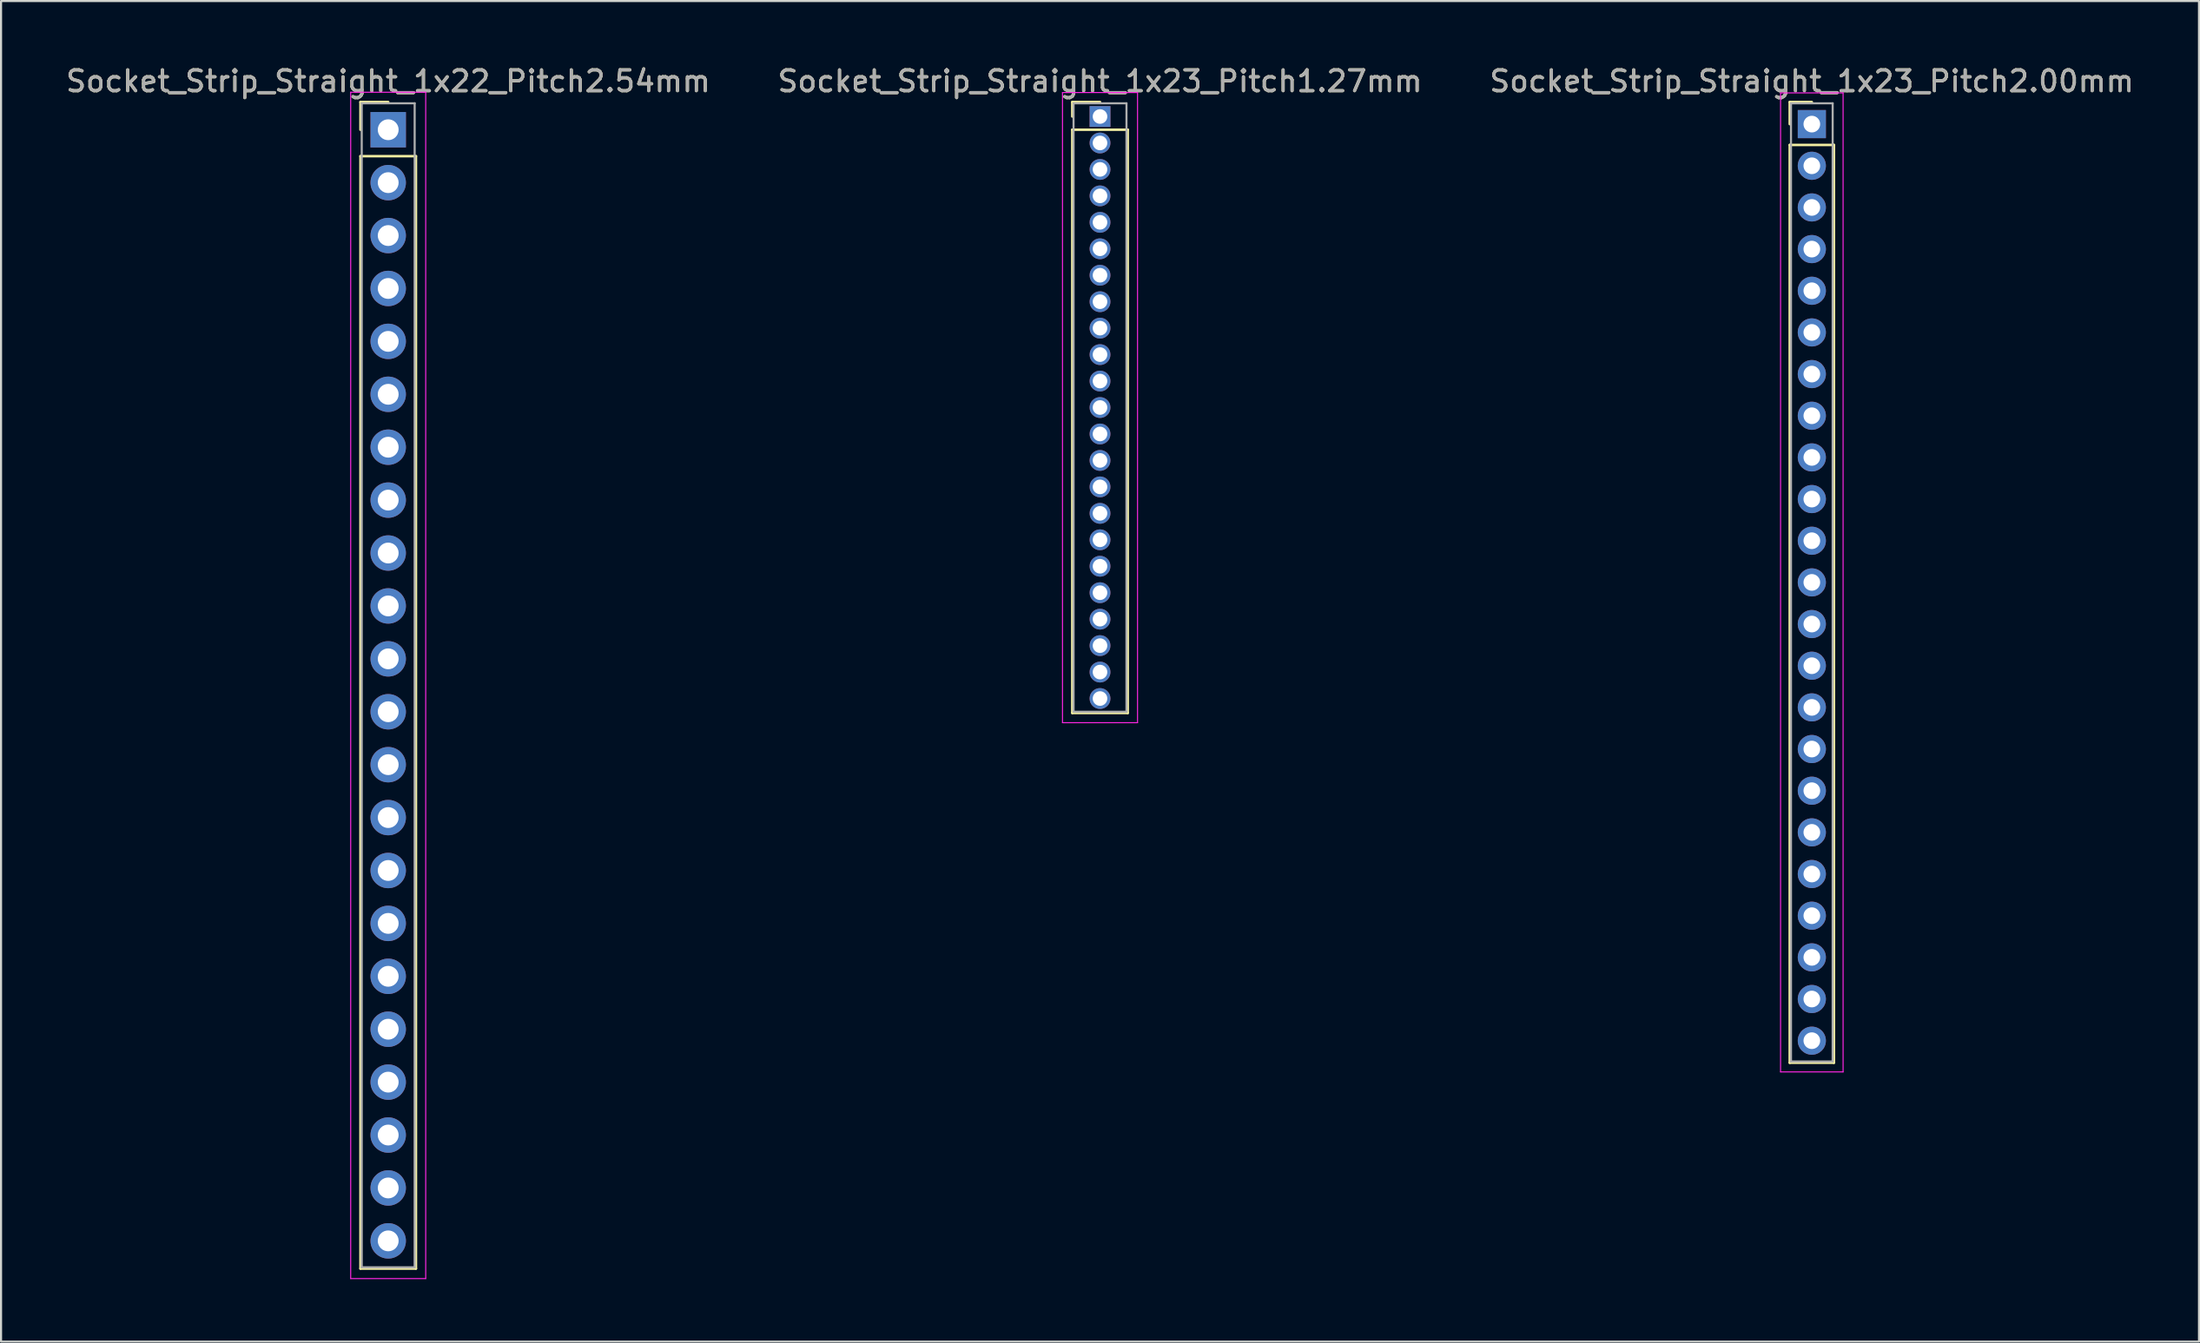
<source format=kicad_pcb>
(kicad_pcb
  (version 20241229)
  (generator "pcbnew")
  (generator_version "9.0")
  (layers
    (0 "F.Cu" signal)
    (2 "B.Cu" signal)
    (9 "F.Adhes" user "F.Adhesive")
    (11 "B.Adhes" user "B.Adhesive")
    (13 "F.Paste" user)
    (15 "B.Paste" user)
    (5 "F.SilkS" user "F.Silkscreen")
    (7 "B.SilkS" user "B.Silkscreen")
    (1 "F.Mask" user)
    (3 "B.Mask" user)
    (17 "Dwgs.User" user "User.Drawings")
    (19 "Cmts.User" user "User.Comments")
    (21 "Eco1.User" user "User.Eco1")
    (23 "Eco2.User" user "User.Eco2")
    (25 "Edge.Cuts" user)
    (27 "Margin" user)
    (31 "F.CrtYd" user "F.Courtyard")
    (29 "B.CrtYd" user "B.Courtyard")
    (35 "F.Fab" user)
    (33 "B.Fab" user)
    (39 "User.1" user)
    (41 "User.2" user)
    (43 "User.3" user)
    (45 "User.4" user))
  (footprint "Socket_Strip_Straight_1x23_Pitch2.00mm"
    (layer "F.Cu")
    (at 83.887 2.908)
    (property "Reference" "Socket_Strip_Straight_1x23_Pitch2.00mm" (at 0 -2.06 0) (layer "F.SilkS") (effects (font (size 1 1) (thickness 0.15))))
    (attr through_hole)
    (fp_line (start -1.06 -1.06) (end 0 -1.06) (stroke (width 0.12) (type solid)) (layer "F.SilkS"))
    (fp_line (start -1.06 0) (end -1.06 -1.06) (stroke (width 0.12) (type solid)) (layer "F.SilkS"))
    (fp_line (start -1.06 1) (end -1.06 45.06) (stroke (width 0.12) (type solid)) (layer "F.SilkS"))
    (fp_line (start -1.06 45.06) (end 1.06 45.06) (stroke (width 0.12) (type solid)) (layer "F.SilkS"))
    (fp_line (start 1.06 1) (end -1.06 1) (stroke (width 0.12) (type solid)) (layer "F.SilkS"))
    (fp_line (start 1.06 45.06) (end 1.06 1) (stroke (width 0.12) (type solid)) (layer "F.SilkS"))
    (fp_line (start -1.5 -1.5) (end -1.5 45.5) (stroke (width 0.05) (type solid)) (layer "F.CrtYd"))
    (fp_line (start -1.5 45.5) (end 1.5 45.5) (stroke (width 0.05) (type solid)) (layer "F.CrtYd"))
    (fp_line (start 1.5 -1.5) (end -1.5 -1.5) (stroke (width 0.05) (type solid)) (layer "F.CrtYd"))
    (fp_line (start 1.5 45.5) (end 1.5 -1.5) (stroke (width 0.05) (type solid)) (layer "F.CrtYd"))
    (fp_line (start -1 -1) (end -1 45) (stroke (width 0.1) (type solid)) (layer "F.Fab"))
    (fp_line (start -1 45) (end 1 45) (stroke (width 0.1) (type solid)) (layer "F.Fab"))
    (fp_line (start 1 -1) (end -1 -1) (stroke (width 0.1) (type solid)) (layer "F.Fab"))
    (fp_line (start 1 45) (end 1 -1) (stroke (width 0.1) (type solid)) (layer "F.Fab"))
    (fp_text user "${REFERENCE}" (at 0 -2.06 0) (layer "F.Fab") (effects (font (size 1 1) (thickness 0.15))))
    (pad "1" thru_hole rect (at 0 0) (size 1.35 1.35) (drill 0.8) (layers "*.Cu" "*.Mask"))
    (pad "2" thru_hole oval (at 0 2) (size 1.35 1.35) (drill 0.8) (layers "*.Cu" "*.Mask"))
    (pad "3" thru_hole oval (at 0 4) (size 1.35 1.35) (drill 0.8) (layers "*.Cu" "*.Mask"))
    (pad "4" thru_hole oval (at 0 6) (size 1.35 1.35) (drill 0.8) (layers "*.Cu" "*.Mask"))
    (pad "5" thru_hole oval (at 0 8) (size 1.35 1.35) (drill 0.8) (layers "*.Cu" "*.Mask"))
    (pad "6" thru_hole oval (at 0 10) (size 1.35 1.35) (drill 0.8) (layers "*.Cu" "*.Mask"))
    (pad "7" thru_hole oval (at 0 12) (size 1.35 1.35) (drill 0.8) (layers "*.Cu" "*.Mask"))
    (pad "8" thru_hole oval (at 0 14) (size 1.35 1.35) (drill 0.8) (layers "*.Cu" "*.Mask"))
    (pad "9" thru_hole oval (at 0 16) (size 1.35 1.35) (drill 0.8) (layers "*.Cu" "*.Mask"))
    (pad "10" thru_hole oval (at 0 18) (size 1.35 1.35) (drill 0.8) (layers "*.Cu" "*.Mask"))
    (pad "11" thru_hole oval (at 0 20) (size 1.35 1.35) (drill 0.8) (layers "*.Cu" "*.Mask"))
    (pad "12" thru_hole oval (at 0 22) (size 1.35 1.35) (drill 0.8) (layers "*.Cu" "*.Mask"))
    (pad "13" thru_hole oval (at 0 24) (size 1.35 1.35) (drill 0.8) (layers "*.Cu" "*.Mask"))
    (pad "14" thru_hole oval (at 0 26) (size 1.35 1.35) (drill 0.8) (layers "*.Cu" "*.Mask"))
    (pad "15" thru_hole oval (at 0 28) (size 1.35 1.35) (drill 0.8) (layers "*.Cu" "*.Mask"))
    (pad "16" thru_hole oval (at 0 30) (size 1.35 1.35) (drill 0.8) (layers "*.Cu" "*.Mask"))
    (pad "17" thru_hole oval (at 0 32) (size 1.35 1.35) (drill 0.8) (layers "*.Cu" "*.Mask"))
    (pad "18" thru_hole oval (at 0 34) (size 1.35 1.35) (drill 0.8) (layers "*.Cu" "*.Mask"))
    (pad "19" thru_hole oval (at 0 36) (size 1.35 1.35) (drill 0.8) (layers "*.Cu" "*.Mask"))
    (pad "20" thru_hole oval (at 0 38) (size 1.35 1.35) (drill 0.8) (layers "*.Cu" "*.Mask"))
    (pad "21" thru_hole oval (at 0 40) (size 1.35 1.35) (drill 0.8) (layers "*.Cu" "*.Mask"))
    (pad "22" thru_hole oval (at 0 42) (size 1.35 1.35) (drill 0.8) (layers "*.Cu" "*.Mask"))
    (pad "23" thru_hole oval (at 0 44) (size 1.35 1.35) (drill 0.8) (layers "*.Cu" "*.Mask")))
  (footprint "Socket_Strip_Straight_1x23_Pitch1.27mm"
    (layer "F.Cu")
    (at 49.732 2.543)
    (property "Reference" "Socket_Strip_Straight_1x23_Pitch1.27mm" (at 0 -1.695 0) (layer "F.SilkS") (effects (font (size 1 1) (thickness 0.15))))
    (attr through_hole)
    (fp_line (start -1.33 -0.695) (end 0 -0.695) (stroke (width 0.12) (type solid)) (layer "F.SilkS"))
    (fp_line (start -1.33 0) (end -1.33 -0.695) (stroke (width 0.12) (type solid)) (layer "F.SilkS"))
    (fp_line (start -1.33 0.635) (end -1.33 28.635) (stroke (width 0.12) (type solid)) (layer "F.SilkS"))
    (fp_line (start -1.33 28.635) (end 1.33 28.635) (stroke (width 0.12) (type solid)) (layer "F.SilkS"))
    (fp_line (start 1.33 0.635) (end -1.33 0.635) (stroke (width 0.12) (type solid)) (layer "F.SilkS"))
    (fp_line (start 1.33 28.635) (end 1.33 0.635) (stroke (width 0.12) (type solid)) (layer "F.SilkS"))
    (fp_line (start -1.8 -1.15) (end -1.8 29.1) (stroke (width 0.05) (type solid)) (layer "F.CrtYd"))
    (fp_line (start -1.8 29.1) (end 1.8 29.1) (stroke (width 0.05) (type solid)) (layer "F.CrtYd"))
    (fp_line (start 1.8 -1.15) (end -1.8 -1.15) (stroke (width 0.05) (type solid)) (layer "F.CrtYd"))
    (fp_line (start 1.8 29.1) (end 1.8 -1.15) (stroke (width 0.05) (type solid)) (layer "F.CrtYd"))
    (fp_line (start -1.27 -0.635) (end -1.27 28.575) (stroke (width 0.1) (type solid)) (layer "F.Fab"))
    (fp_line (start -1.27 28.575) (end 1.27 28.575) (stroke (width 0.1) (type solid)) (layer "F.Fab"))
    (fp_line (start 1.27 -0.635) (end -1.27 -0.635) (stroke (width 0.1) (type solid)) (layer "F.Fab"))
    (fp_line (start 1.27 28.575) (end 1.27 -0.635) (stroke (width 0.1) (type solid)) (layer "F.Fab"))
    (fp_text user "${REFERENCE}" (at 0 -1.695 0) (layer "F.Fab") (effects (font (size 1 1) (thickness 0.15))))
    (pad "1" thru_hole rect (at 0 0) (size 1 1) (drill 0.7) (layers "*.Cu" "*.Mask"))
    (pad "2" thru_hole oval (at 0 1.27) (size 1 1) (drill 0.7) (layers "*.Cu" "*.Mask"))
    (pad "3" thru_hole oval (at 0 2.54) (size 1 1) (drill 0.7) (layers "*.Cu" "*.Mask"))
    (pad "4" thru_hole oval (at 0 3.81) (size 1 1) (drill 0.7) (layers "*.Cu" "*.Mask"))
    (pad "5" thru_hole oval (at 0 5.08) (size 1 1) (drill 0.7) (layers "*.Cu" "*.Mask"))
    (pad "6" thru_hole oval (at 0 6.35) (size 1 1) (drill 0.7) (layers "*.Cu" "*.Mask"))
    (pad "7" thru_hole oval (at 0 7.62) (size 1 1) (drill 0.7) (layers "*.Cu" "*.Mask"))
    (pad "8" thru_hole oval (at 0 8.89) (size 1 1) (drill 0.7) (layers "*.Cu" "*.Mask"))
    (pad "9" thru_hole oval (at 0 10.16) (size 1 1) (drill 0.7) (layers "*.Cu" "*.Mask"))
    (pad "10" thru_hole oval (at 0 11.43) (size 1 1) (drill 0.7) (layers "*.Cu" "*.Mask"))
    (pad "11" thru_hole oval (at 0 12.7) (size 1 1) (drill 0.7) (layers "*.Cu" "*.Mask"))
    (pad "12" thru_hole oval (at 0 13.97) (size 1 1) (drill 0.7) (layers "*.Cu" "*.Mask"))
    (pad "13" thru_hole oval (at 0 15.24) (size 1 1) (drill 0.7) (layers "*.Cu" "*.Mask"))
    (pad "14" thru_hole oval (at 0 16.51) (size 1 1) (drill 0.7) (layers "*.Cu" "*.Mask"))
    (pad "15" thru_hole oval (at 0 17.78) (size 1 1) (drill 0.7) (layers "*.Cu" "*.Mask"))
    (pad "16" thru_hole oval (at 0 19.05) (size 1 1) (drill 0.7) (layers "*.Cu" "*.Mask"))
    (pad "17" thru_hole oval (at 0 20.32) (size 1 1) (drill 0.7) (layers "*.Cu" "*.Mask"))
    (pad "18" thru_hole oval (at 0 21.59) (size 1 1) (drill 0.7) (layers "*.Cu" "*.Mask"))
    (pad "19" thru_hole oval (at 0 22.86) (size 1 1) (drill 0.7) (layers "*.Cu" "*.Mask"))
    (pad "20" thru_hole oval (at 0 24.13) (size 1 1) (drill 0.7) (layers "*.Cu" "*.Mask"))
    (pad "21" thru_hole oval (at 0 25.4) (size 1 1) (drill 0.7) (layers "*.Cu" "*.Mask"))
    (pad "22" thru_hole oval (at 0 26.67) (size 1 1) (drill 0.7) (layers "*.Cu" "*.Mask"))
    (pad "23" thru_hole oval (at 0 27.94) (size 1 1) (drill 0.7) (layers "*.Cu" "*.Mask")))
  (footprint "Socket_Strip_Straight_1x22_Pitch2.54mm"
    (layer "F.Cu")
    (at 15.577 3.178)
    (property "Reference" "Socket_Strip_Straight_1x22_Pitch2.54mm" (at 0 -2.33 0) (layer "F.SilkS") (effects (font (size 1 1) (thickness 0.15))))
    (attr through_hole)
    (fp_line (start -1.33 -1.33) (end 0 -1.33) (stroke (width 0.12) (type solid)) (layer "F.SilkS"))
    (fp_line (start -1.33 0) (end -1.33 -1.33) (stroke (width 0.12) (type solid)) (layer "F.SilkS"))
    (fp_line (start -1.33 1.27) (end -1.33 54.67) (stroke (width 0.12) (type solid)) (layer "F.SilkS"))
    (fp_line (start -1.33 54.67) (end 1.33 54.67) (stroke (width 0.12) (type solid)) (layer "F.SilkS"))
    (fp_line (start 1.33 1.27) (end -1.33 1.27) (stroke (width 0.12) (type solid)) (layer "F.SilkS"))
    (fp_line (start 1.33 54.67) (end 1.33 1.27) (stroke (width 0.12) (type solid)) (layer "F.SilkS"))
    (fp_line (start -1.8 -1.8) (end -1.8 55.15) (stroke (width 0.05) (type solid)) (layer "F.CrtYd"))
    (fp_line (start -1.8 55.15) (end 1.8 55.15) (stroke (width 0.05) (type solid)) (layer "F.CrtYd"))
    (fp_line (start 1.8 -1.8) (end -1.8 -1.8) (stroke (width 0.05) (type solid)) (layer "F.CrtYd"))
    (fp_line (start 1.8 55.15) (end 1.8 -1.8) (stroke (width 0.05) (type solid)) (layer "F.CrtYd"))
    (fp_line (start -1.27 -1.27) (end -1.27 54.61) (stroke (width 0.1) (type solid)) (layer "F.Fab"))
    (fp_line (start -1.27 54.61) (end 1.27 54.61) (stroke (width 0.1) (type solid)) (layer "F.Fab"))
    (fp_line (start 1.27 -1.27) (end -1.27 -1.27) (stroke (width 0.1) (type solid)) (layer "F.Fab"))
    (fp_line (start 1.27 54.61) (end 1.27 -1.27) (stroke (width 0.1) (type solid)) (layer "F.Fab"))
    (fp_text user "${REFERENCE}" (at 0 -2.33 0) (layer "F.Fab") (effects (font (size 1 1) (thickness 0.15))))
    (pad "1" thru_hole rect (at 0 0) (size 1.7 1.7) (drill 1) (layers "*.Cu" "*.Mask"))
    (pad "2" thru_hole oval (at 0 2.54) (size 1.7 1.7) (drill 1) (layers "*.Cu" "*.Mask"))
    (pad "3" thru_hole oval (at 0 5.08) (size 1.7 1.7) (drill 1) (layers "*.Cu" "*.Mask"))
    (pad "4" thru_hole oval (at 0 7.62) (size 1.7 1.7) (drill 1) (layers "*.Cu" "*.Mask"))
    (pad "5" thru_hole oval (at 0 10.16) (size 1.7 1.7) (drill 1) (layers "*.Cu" "*.Mask"))
    (pad "6" thru_hole oval (at 0 12.7) (size 1.7 1.7) (drill 1) (layers "*.Cu" "*.Mask"))
    (pad "7" thru_hole oval (at 0 15.24) (size 1.7 1.7) (drill 1) (layers "*.Cu" "*.Mask"))
    (pad "8" thru_hole oval (at 0 17.78) (size 1.7 1.7) (drill 1) (layers "*.Cu" "*.Mask"))
    (pad "9" thru_hole oval (at 0 20.32) (size 1.7 1.7) (drill 1) (layers "*.Cu" "*.Mask"))
    (pad "10" thru_hole oval (at 0 22.86) (size 1.7 1.7) (drill 1) (layers "*.Cu" "*.Mask"))
    (pad "11" thru_hole oval (at 0 25.4) (size 1.7 1.7) (drill 1) (layers "*.Cu" "*.Mask"))
    (pad "12" thru_hole oval (at 0 27.94) (size 1.7 1.7) (drill 1) (layers "*.Cu" "*.Mask"))
    (pad "13" thru_hole oval (at 0 30.48) (size 1.7 1.7) (drill 1) (layers "*.Cu" "*.Mask"))
    (pad "14" thru_hole oval (at 0 33.02) (size 1.7 1.7) (drill 1) (layers "*.Cu" "*.Mask"))
    (pad "15" thru_hole oval (at 0 35.56) (size 1.7 1.7) (drill 1) (layers "*.Cu" "*.Mask"))
    (pad "16" thru_hole oval (at 0 38.1) (size 1.7 1.7) (drill 1) (layers "*.Cu" "*.Mask"))
    (pad "17" thru_hole oval (at 0 40.64) (size 1.7 1.7) (drill 1) (layers "*.Cu" "*.Mask"))
    (pad "18" thru_hole oval (at 0 43.18) (size 1.7 1.7) (drill 1) (layers "*.Cu" "*.Mask"))
    (pad "19" thru_hole oval (at 0 45.72) (size 1.7 1.7) (drill 1) (layers "*.Cu" "*.Mask"))
    (pad "20" thru_hole oval (at 0 48.26) (size 1.7 1.7) (drill 1) (layers "*.Cu" "*.Mask"))
    (pad "21" thru_hole oval (at 0 50.8) (size 1.7 1.7) (drill 1) (layers "*.Cu" "*.Mask"))
    (pad "22" thru_hole oval (at 0 53.34) (size 1.7 1.7) (drill 1) (layers "*.Cu" "*.Mask")))
  (gr_rect
    (start -3 -3)
    (end 102.464 61.353)
    (stroke (width 0.1) (type default))
    (fill no)
    (layer "Edge.Cuts")))
</source>
